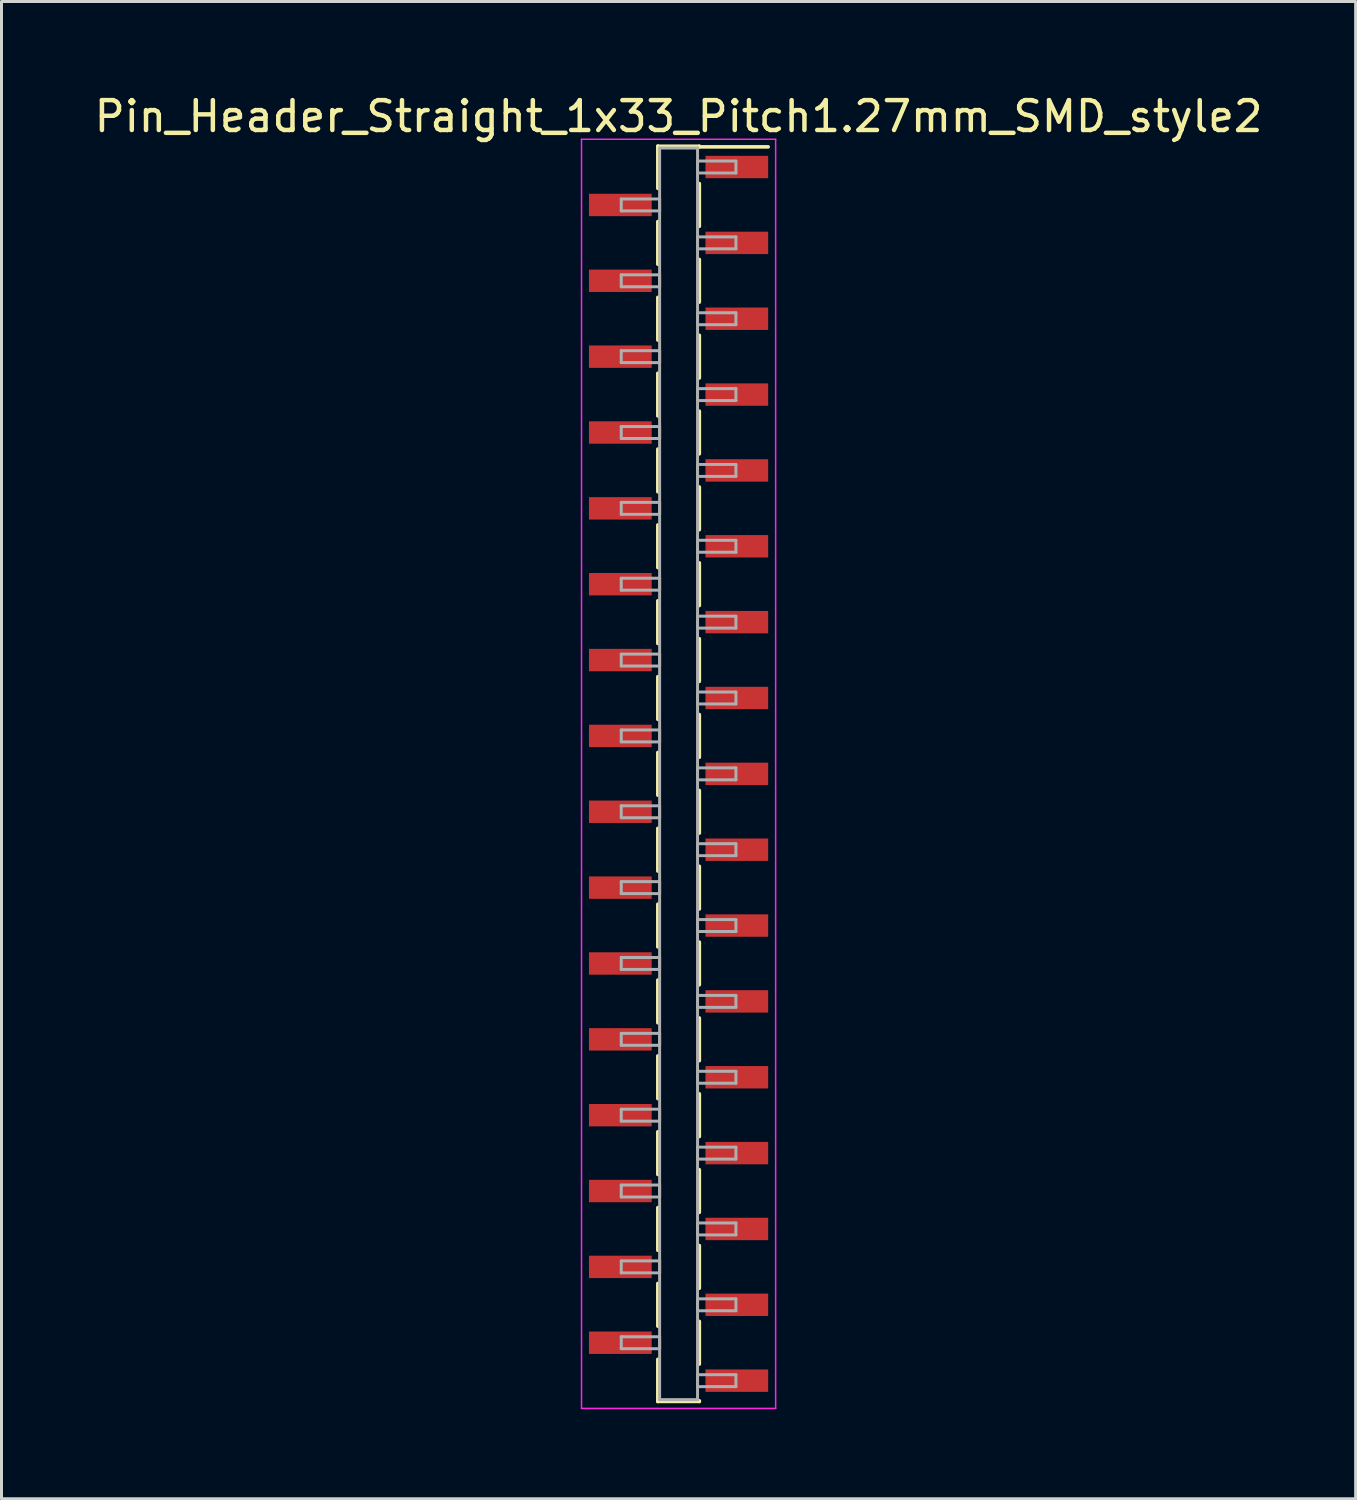
<source format=kicad_pcb>
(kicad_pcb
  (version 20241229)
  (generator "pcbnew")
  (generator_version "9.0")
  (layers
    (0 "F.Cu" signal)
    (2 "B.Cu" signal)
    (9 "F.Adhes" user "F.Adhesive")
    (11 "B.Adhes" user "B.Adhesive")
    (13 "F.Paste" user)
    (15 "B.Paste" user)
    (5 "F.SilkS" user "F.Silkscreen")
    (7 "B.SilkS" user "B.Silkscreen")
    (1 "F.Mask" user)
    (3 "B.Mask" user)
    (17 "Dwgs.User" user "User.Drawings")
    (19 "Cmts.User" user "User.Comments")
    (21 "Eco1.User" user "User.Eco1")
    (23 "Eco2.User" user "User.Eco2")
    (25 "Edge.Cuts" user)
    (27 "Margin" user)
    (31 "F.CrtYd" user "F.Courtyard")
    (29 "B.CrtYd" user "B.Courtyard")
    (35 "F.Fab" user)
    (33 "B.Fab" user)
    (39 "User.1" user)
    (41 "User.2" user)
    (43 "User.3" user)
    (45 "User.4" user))
  (footprint "Pin_Header_Straight_1x33_Pitch1.27mm_SMD_style2"
    (layer "F.Cu")
    (at 19.673 22.863)
    (property "Reference" "Pin_Header_Straight_1x33_Pitch1.27mm_SMD_style2" (at 0 -22.015 0) (layer "F.SilkS") (effects (font (size 1 1) (thickness 0.15))))
    (attr smd)
    (fp_line (start -0.695 -21.015) (end -0.695 -19.605) (stroke (width 0.12) (type solid)) (layer "F.SilkS"))
    (fp_line (start -0.695 -21.015) (end 0.695 -21.015) (stroke (width 0.12) (type solid)) (layer "F.SilkS"))
    (fp_line (start -0.695 -20.995) (end -0.695 -21.015) (stroke (width 0.12) (type solid)) (layer "F.SilkS"))
    (fp_line (start -0.695 -18.495) (end -0.695 -17.065) (stroke (width 0.12) (type solid)) (layer "F.SilkS"))
    (fp_line (start -0.695 -15.955) (end -0.695 -14.525) (stroke (width 0.12) (type solid)) (layer "F.SilkS"))
    (fp_line (start -0.695 -13.415) (end -0.695 -11.985) (stroke (width 0.12) (type solid)) (layer "F.SilkS"))
    (fp_line (start -0.695 -10.875) (end -0.695 -9.445) (stroke (width 0.12) (type solid)) (layer "F.SilkS"))
    (fp_line (start -0.695 -8.335) (end -0.695 -6.905) (stroke (width 0.12) (type solid)) (layer "F.SilkS"))
    (fp_line (start -0.695 -5.795) (end -0.695 -4.365) (stroke (width 0.12) (type solid)) (layer "F.SilkS"))
    (fp_line (start -0.695 -3.255) (end -0.695 -1.825) (stroke (width 0.12) (type solid)) (layer "F.SilkS"))
    (fp_line (start -0.695 -0.715) (end -0.695 0.715) (stroke (width 0.12) (type solid)) (layer "F.SilkS"))
    (fp_line (start -0.695 1.825) (end -0.695 3.255) (stroke (width 0.12) (type solid)) (layer "F.SilkS"))
    (fp_line (start -0.695 4.365) (end -0.695 5.795) (stroke (width 0.12) (type solid)) (layer "F.SilkS"))
    (fp_line (start -0.695 6.905) (end -0.695 8.335) (stroke (width 0.12) (type solid)) (layer "F.SilkS"))
    (fp_line (start -0.695 9.445) (end -0.695 10.875) (stroke (width 0.12) (type solid)) (layer "F.SilkS"))
    (fp_line (start -0.695 11.985) (end -0.695 13.415) (stroke (width 0.12) (type solid)) (layer "F.SilkS"))
    (fp_line (start -0.695 14.525) (end -0.695 15.955) (stroke (width 0.12) (type solid)) (layer "F.SilkS"))
    (fp_line (start -0.695 17.065) (end -0.695 18.495) (stroke (width 0.12) (type solid)) (layer "F.SilkS"))
    (fp_line (start -0.695 19.605) (end -0.695 21.015) (stroke (width 0.12) (type solid)) (layer "F.SilkS"))
    (fp_line (start -0.695 20.995) (end -0.695 21.015) (stroke (width 0.12) (type solid)) (layer "F.SilkS"))
    (fp_line (start -0.695 21.015) (end 0.695 21.015) (stroke (width 0.12) (type solid)) (layer "F.SilkS"))
    (fp_line (start 0.695 -21.015) (end 0.695 -20.995) (stroke (width 0.12) (type solid)) (layer "F.SilkS"))
    (fp_line (start 0.695 -20.995) (end 3 -20.995) (stroke (width 0.12) (type solid)) (layer "F.SilkS"))
    (fp_line (start 0.695 -19.765) (end 0.695 -18.335) (stroke (width 0.12) (type solid)) (layer "F.SilkS"))
    (fp_line (start 0.695 -17.225) (end 0.695 -15.795) (stroke (width 0.12) (type solid)) (layer "F.SilkS"))
    (fp_line (start 0.695 -14.685) (end 0.695 -13.255) (stroke (width 0.12) (type solid)) (layer "F.SilkS"))
    (fp_line (start 0.695 -12.145) (end 0.695 -10.715) (stroke (width 0.12) (type solid)) (layer "F.SilkS"))
    (fp_line (start 0.695 -9.605) (end 0.695 -8.175) (stroke (width 0.12) (type solid)) (layer "F.SilkS"))
    (fp_line (start 0.695 -7.065) (end 0.695 -5.635) (stroke (width 0.12) (type solid)) (layer "F.SilkS"))
    (fp_line (start 0.695 -4.525) (end 0.695 -3.095) (stroke (width 0.12) (type solid)) (layer "F.SilkS"))
    (fp_line (start 0.695 -1.985) (end 0.695 -0.555) (stroke (width 0.12) (type solid)) (layer "F.SilkS"))
    (fp_line (start 0.695 0.555) (end 0.695 1.985) (stroke (width 0.12) (type solid)) (layer "F.SilkS"))
    (fp_line (start 0.695 3.095) (end 0.695 4.525) (stroke (width 0.12) (type solid)) (layer "F.SilkS"))
    (fp_line (start 0.695 5.635) (end 0.695 7.065) (stroke (width 0.12) (type solid)) (layer "F.SilkS"))
    (fp_line (start 0.695 8.175) (end 0.695 9.605) (stroke (width 0.12) (type solid)) (layer "F.SilkS"))
    (fp_line (start 0.695 10.715) (end 0.695 12.145) (stroke (width 0.12) (type solid)) (layer "F.SilkS"))
    (fp_line (start 0.695 13.255) (end 0.695 14.685) (stroke (width 0.12) (type solid)) (layer "F.SilkS"))
    (fp_line (start 0.695 15.795) (end 0.695 17.225) (stroke (width 0.12) (type solid)) (layer "F.SilkS"))
    (fp_line (start 0.695 18.335) (end 0.695 19.765) (stroke (width 0.12) (type solid)) (layer "F.SilkS"))
    (fp_line (start 0.695 21.015) (end 0.695 20.995) (stroke (width 0.12) (type solid)) (layer "F.SilkS"))
    (fp_line (start -3.25 -21.25) (end -3.25 21.25) (stroke (width 0.05) (type solid)) (layer "F.CrtYd"))
    (fp_line (start -3.25 21.25) (end 3.25 21.25) (stroke (width 0.05) (type solid)) (layer "F.CrtYd"))
    (fp_line (start 3.25 -21.25) (end -3.25 -21.25) (stroke (width 0.05) (type solid)) (layer "F.CrtYd"))
    (fp_line (start 3.25 21.25) (end 3.25 -21.25) (stroke (width 0.05) (type solid)) (layer "F.CrtYd"))
    (fp_line (start -1.92 -19.25) (end -0.635 -19.25) (stroke (width 0.1) (type solid)) (layer "F.Fab"))
    (fp_line (start -1.92 -18.85) (end -1.92 -19.25) (stroke (width 0.1) (type solid)) (layer "F.Fab"))
    (fp_line (start -1.92 -16.71) (end -0.635 -16.71) (stroke (width 0.1) (type solid)) (layer "F.Fab"))
    (fp_line (start -1.92 -16.31) (end -1.92 -16.71) (stroke (width 0.1) (type solid)) (layer "F.Fab"))
    (fp_line (start -1.92 -14.17) (end -0.635 -14.17) (stroke (width 0.1) (type solid)) (layer "F.Fab"))
    (fp_line (start -1.92 -13.77) (end -1.92 -14.17) (stroke (width 0.1) (type solid)) (layer "F.Fab"))
    (fp_line (start -1.92 -11.63) (end -0.635 -11.63) (stroke (width 0.1) (type solid)) (layer "F.Fab"))
    (fp_line (start -1.92 -11.23) (end -1.92 -11.63) (stroke (width 0.1) (type solid)) (layer "F.Fab"))
    (fp_line (start -1.92 -9.09) (end -0.635 -9.09) (stroke (width 0.1) (type solid)) (layer "F.Fab"))
    (fp_line (start -1.92 -8.69) (end -1.92 -9.09) (stroke (width 0.1) (type solid)) (layer "F.Fab"))
    (fp_line (start -1.92 -6.55) (end -0.635 -6.55) (stroke (width 0.1) (type solid)) (layer "F.Fab"))
    (fp_line (start -1.92 -6.15) (end -1.92 -6.55) (stroke (width 0.1) (type solid)) (layer "F.Fab"))
    (fp_line (start -1.92 -4.01) (end -0.635 -4.01) (stroke (width 0.1) (type solid)) (layer "F.Fab"))
    (fp_line (start -1.92 -3.61) (end -1.92 -4.01) (stroke (width 0.1) (type solid)) (layer "F.Fab"))
    (fp_line (start -1.92 -1.47) (end -0.635 -1.47) (stroke (width 0.1) (type solid)) (layer "F.Fab"))
    (fp_line (start -1.92 -1.07) (end -1.92 -1.47) (stroke (width 0.1) (type solid)) (layer "F.Fab"))
    (fp_line (start -1.92 1.07) (end -0.635 1.07) (stroke (width 0.1) (type solid)) (layer "F.Fab"))
    (fp_line (start -1.92 1.47) (end -1.92 1.07) (stroke (width 0.1) (type solid)) (layer "F.Fab"))
    (fp_line (start -1.92 3.61) (end -0.635 3.61) (stroke (width 0.1) (type solid)) (layer "F.Fab"))
    (fp_line (start -1.92 4.01) (end -1.92 3.61) (stroke (width 0.1) (type solid)) (layer "F.Fab"))
    (fp_line (start -1.92 6.15) (end -0.635 6.15) (stroke (width 0.1) (type solid)) (layer "F.Fab"))
    (fp_line (start -1.92 6.55) (end -1.92 6.15) (stroke (width 0.1) (type solid)) (layer "F.Fab"))
    (fp_line (start -1.92 8.69) (end -0.635 8.69) (stroke (width 0.1) (type solid)) (layer "F.Fab"))
    (fp_line (start -1.92 9.09) (end -1.92 8.69) (stroke (width 0.1) (type solid)) (layer "F.Fab"))
    (fp_line (start -1.92 11.23) (end -0.635 11.23) (stroke (width 0.1) (type solid)) (layer "F.Fab"))
    (fp_line (start -1.92 11.63) (end -1.92 11.23) (stroke (width 0.1) (type solid)) (layer "F.Fab"))
    (fp_line (start -1.92 13.77) (end -0.635 13.77) (stroke (width 0.1) (type solid)) (layer "F.Fab"))
    (fp_line (start -1.92 14.17) (end -1.92 13.77) (stroke (width 0.1) (type solid)) (layer "F.Fab"))
    (fp_line (start -1.92 16.31) (end -0.635 16.31) (stroke (width 0.1) (type solid)) (layer "F.Fab"))
    (fp_line (start -1.92 16.71) (end -1.92 16.31) (stroke (width 0.1) (type solid)) (layer "F.Fab"))
    (fp_line (start -1.92 18.85) (end -0.635 18.85) (stroke (width 0.1) (type solid)) (layer "F.Fab"))
    (fp_line (start -1.92 19.25) (end -1.92 18.85) (stroke (width 0.1) (type solid)) (layer "F.Fab"))
    (fp_line (start -0.635 -20.955) (end -0.635 20.955) (stroke (width 0.1) (type solid)) (layer "F.Fab"))
    (fp_line (start -0.635 -19.25) (end -0.635 -18.85) (stroke (width 0.1) (type solid)) (layer "F.Fab"))
    (fp_line (start -0.635 -18.85) (end -1.92 -18.85) (stroke (width 0.1) (type solid)) (layer "F.Fab"))
    (fp_line (start -0.635 -16.71) (end -0.635 -16.31) (stroke (width 0.1) (type solid)) (layer "F.Fab"))
    (fp_line (start -0.635 -16.31) (end -1.92 -16.31) (stroke (width 0.1) (type solid)) (layer "F.Fab"))
    (fp_line (start -0.635 -14.17) (end -0.635 -13.77) (stroke (width 0.1) (type solid)) (layer "F.Fab"))
    (fp_line (start -0.635 -13.77) (end -1.92 -13.77) (stroke (width 0.1) (type solid)) (layer "F.Fab"))
    (fp_line (start -0.635 -11.63) (end -0.635 -11.23) (stroke (width 0.1) (type solid)) (layer "F.Fab"))
    (fp_line (start -0.635 -11.23) (end -1.92 -11.23) (stroke (width 0.1) (type solid)) (layer "F.Fab"))
    (fp_line (start -0.635 -9.09) (end -0.635 -8.69) (stroke (width 0.1) (type solid)) (layer "F.Fab"))
    (fp_line (start -0.635 -8.69) (end -1.92 -8.69) (stroke (width 0.1) (type solid)) (layer "F.Fab"))
    (fp_line (start -0.635 -6.55) (end -0.635 -6.15) (stroke (width 0.1) (type solid)) (layer "F.Fab"))
    (fp_line (start -0.635 -6.15) (end -1.92 -6.15) (stroke (width 0.1) (type solid)) (layer "F.Fab"))
    (fp_line (start -0.635 -4.01) (end -0.635 -3.61) (stroke (width 0.1) (type solid)) (layer "F.Fab"))
    (fp_line (start -0.635 -3.61) (end -1.92 -3.61) (stroke (width 0.1) (type solid)) (layer "F.Fab"))
    (fp_line (start -0.635 -1.47) (end -0.635 -1.07) (stroke (width 0.1) (type solid)) (layer "F.Fab"))
    (fp_line (start -0.635 -1.07) (end -1.92 -1.07) (stroke (width 0.1) (type solid)) (layer "F.Fab"))
    (fp_line (start -0.635 1.07) (end -0.635 1.47) (stroke (width 0.1) (type solid)) (layer "F.Fab"))
    (fp_line (start -0.635 1.47) (end -1.92 1.47) (stroke (width 0.1) (type solid)) (layer "F.Fab"))
    (fp_line (start -0.635 3.61) (end -0.635 4.01) (stroke (width 0.1) (type solid)) (layer "F.Fab"))
    (fp_line (start -0.635 4.01) (end -1.92 4.01) (stroke (width 0.1) (type solid)) (layer "F.Fab"))
    (fp_line (start -0.635 6.15) (end -0.635 6.55) (stroke (width 0.1) (type solid)) (layer "F.Fab"))
    (fp_line (start -0.635 6.55) (end -1.92 6.55) (stroke (width 0.1) (type solid)) (layer "F.Fab"))
    (fp_line (start -0.635 8.69) (end -0.635 9.09) (stroke (width 0.1) (type solid)) (layer "F.Fab"))
    (fp_line (start -0.635 9.09) (end -1.92 9.09) (stroke (width 0.1) (type solid)) (layer "F.Fab"))
    (fp_line (start -0.635 11.23) (end -0.635 11.63) (stroke (width 0.1) (type solid)) (layer "F.Fab"))
    (fp_line (start -0.635 11.63) (end -1.92 11.63) (stroke (width 0.1) (type solid)) (layer "F.Fab"))
    (fp_line (start -0.635 13.77) (end -0.635 14.17) (stroke (width 0.1) (type solid)) (layer "F.Fab"))
    (fp_line (start -0.635 14.17) (end -1.92 14.17) (stroke (width 0.1) (type solid)) (layer "F.Fab"))
    (fp_line (start -0.635 16.31) (end -0.635 16.71) (stroke (width 0.1) (type solid)) (layer "F.Fab"))
    (fp_line (start -0.635 16.71) (end -1.92 16.71) (stroke (width 0.1) (type solid)) (layer "F.Fab"))
    (fp_line (start -0.635 18.85) (end -0.635 19.25) (stroke (width 0.1) (type solid)) (layer "F.Fab"))
    (fp_line (start -0.635 19.25) (end -1.92 19.25) (stroke (width 0.1) (type solid)) (layer "F.Fab"))
    (fp_line (start -0.635 20.955) (end 0.635 20.955) (stroke (width 0.1) (type solid)) (layer "F.Fab"))
    (fp_line (start 0.635 -20.955) (end -0.635 -20.955) (stroke (width 0.1) (type solid)) (layer "F.Fab"))
    (fp_line (start 0.635 -20.52) (end 0.635 -20.12) (stroke (width 0.1) (type solid)) (layer "F.Fab"))
    (fp_line (start 0.635 -20.12) (end 1.92 -20.12) (stroke (width 0.1) (type solid)) (layer "F.Fab"))
    (fp_line (start 0.635 -17.98) (end 0.635 -17.58) (stroke (width 0.1) (type solid)) (layer "F.Fab"))
    (fp_line (start 0.635 -17.58) (end 1.92 -17.58) (stroke (width 0.1) (type solid)) (layer "F.Fab"))
    (fp_line (start 0.635 -15.44) (end 0.635 -15.04) (stroke (width 0.1) (type solid)) (layer "F.Fab"))
    (fp_line (start 0.635 -15.04) (end 1.92 -15.04) (stroke (width 0.1) (type solid)) (layer "F.Fab"))
    (fp_line (start 0.635 -12.9) (end 0.635 -12.5) (stroke (width 0.1) (type solid)) (layer "F.Fab"))
    (fp_line (start 0.635 -12.5) (end 1.92 -12.5) (stroke (width 0.1) (type solid)) (layer "F.Fab"))
    (fp_line (start 0.635 -10.36) (end 0.635 -9.96) (stroke (width 0.1) (type solid)) (layer "F.Fab"))
    (fp_line (start 0.635 -9.96) (end 1.92 -9.96) (stroke (width 0.1) (type solid)) (layer "F.Fab"))
    (fp_line (start 0.635 -7.82) (end 0.635 -7.42) (stroke (width 0.1) (type solid)) (layer "F.Fab"))
    (fp_line (start 0.635 -7.42) (end 1.92 -7.42) (stroke (width 0.1) (type solid)) (layer "F.Fab"))
    (fp_line (start 0.635 -5.28) (end 0.635 -4.88) (stroke (width 0.1) (type solid)) (layer "F.Fab"))
    (fp_line (start 0.635 -4.88) (end 1.92 -4.88) (stroke (width 0.1) (type solid)) (layer "F.Fab"))
    (fp_line (start 0.635 -2.74) (end 0.635 -2.34) (stroke (width 0.1) (type solid)) (layer "F.Fab"))
    (fp_line (start 0.635 -2.34) (end 1.92 -2.34) (stroke (width 0.1) (type solid)) (layer "F.Fab"))
    (fp_line (start 0.635 -0.2) (end 0.635 0.2) (stroke (width 0.1) (type solid)) (layer "F.Fab"))
    (fp_line (start 0.635 0.2) (end 1.92 0.2) (stroke (width 0.1) (type solid)) (layer "F.Fab"))
    (fp_line (start 0.635 2.34) (end 0.635 2.74) (stroke (width 0.1) (type solid)) (layer "F.Fab"))
    (fp_line (start 0.635 2.74) (end 1.92 2.74) (stroke (width 0.1) (type solid)) (layer "F.Fab"))
    (fp_line (start 0.635 4.88) (end 0.635 5.28) (stroke (width 0.1) (type solid)) (layer "F.Fab"))
    (fp_line (start 0.635 5.28) (end 1.92 5.28) (stroke (width 0.1) (type solid)) (layer "F.Fab"))
    (fp_line (start 0.635 7.42) (end 0.635 7.82) (stroke (width 0.1) (type solid)) (layer "F.Fab"))
    (fp_line (start 0.635 7.82) (end 1.92 7.82) (stroke (width 0.1) (type solid)) (layer "F.Fab"))
    (fp_line (start 0.635 9.96) (end 0.635 10.36) (stroke (width 0.1) (type solid)) (layer "F.Fab"))
    (fp_line (start 0.635 10.36) (end 1.92 10.36) (stroke (width 0.1) (type solid)) (layer "F.Fab"))
    (fp_line (start 0.635 12.5) (end 0.635 12.9) (stroke (width 0.1) (type solid)) (layer "F.Fab"))
    (fp_line (start 0.635 12.9) (end 1.92 12.9) (stroke (width 0.1) (type solid)) (layer "F.Fab"))
    (fp_line (start 0.635 15.04) (end 0.635 15.44) (stroke (width 0.1) (type solid)) (layer "F.Fab"))
    (fp_line (start 0.635 15.44) (end 1.92 15.44) (stroke (width 0.1) (type solid)) (layer "F.Fab"))
    (fp_line (start 0.635 17.58) (end 0.635 17.98) (stroke (width 0.1) (type solid)) (layer "F.Fab"))
    (fp_line (start 0.635 17.98) (end 1.92 17.98) (stroke (width 0.1) (type solid)) (layer "F.Fab"))
    (fp_line (start 0.635 20.12) (end 0.635 20.52) (stroke (width 0.1) (type solid)) (layer "F.Fab"))
    (fp_line (start 0.635 20.52) (end 1.92 20.52) (stroke (width 0.1) (type solid)) (layer "F.Fab"))
    (fp_line (start 0.635 20.955) (end 0.635 -20.955) (stroke (width 0.1) (type solid)) (layer "F.Fab"))
    (fp_line (start 1.92 -20.52) (end 0.635 -20.52) (stroke (width 0.1) (type solid)) (layer "F.Fab"))
    (fp_line (start 1.92 -20.12) (end 1.92 -20.52) (stroke (width 0.1) (type solid)) (layer "F.Fab"))
    (fp_line (start 1.92 -17.98) (end 0.635 -17.98) (stroke (width 0.1) (type solid)) (layer "F.Fab"))
    (fp_line (start 1.92 -17.58) (end 1.92 -17.98) (stroke (width 0.1) (type solid)) (layer "F.Fab"))
    (fp_line (start 1.92 -15.44) (end 0.635 -15.44) (stroke (width 0.1) (type solid)) (layer "F.Fab"))
    (fp_line (start 1.92 -15.04) (end 1.92 -15.44) (stroke (width 0.1) (type solid)) (layer "F.Fab"))
    (fp_line (start 1.92 -12.9) (end 0.635 -12.9) (stroke (width 0.1) (type solid)) (layer "F.Fab"))
    (fp_line (start 1.92 -12.5) (end 1.92 -12.9) (stroke (width 0.1) (type solid)) (layer "F.Fab"))
    (fp_line (start 1.92 -10.36) (end 0.635 -10.36) (stroke (width 0.1) (type solid)) (layer "F.Fab"))
    (fp_line (start 1.92 -9.96) (end 1.92 -10.36) (stroke (width 0.1) (type solid)) (layer "F.Fab"))
    (fp_line (start 1.92 -7.82) (end 0.635 -7.82) (stroke (width 0.1) (type solid)) (layer "F.Fab"))
    (fp_line (start 1.92 -7.42) (end 1.92 -7.82) (stroke (width 0.1) (type solid)) (layer "F.Fab"))
    (fp_line (start 1.92 -5.28) (end 0.635 -5.28) (stroke (width 0.1) (type solid)) (layer "F.Fab"))
    (fp_line (start 1.92 -4.88) (end 1.92 -5.28) (stroke (width 0.1) (type solid)) (layer "F.Fab"))
    (fp_line (start 1.92 -2.74) (end 0.635 -2.74) (stroke (width 0.1) (type solid)) (layer "F.Fab"))
    (fp_line (start 1.92 -2.34) (end 1.92 -2.74) (stroke (width 0.1) (type solid)) (layer "F.Fab"))
    (fp_line (start 1.92 -0.2) (end 0.635 -0.2) (stroke (width 0.1) (type solid)) (layer "F.Fab"))
    (fp_line (start 1.92 0.2) (end 1.92 -0.2) (stroke (width 0.1) (type solid)) (layer "F.Fab"))
    (fp_line (start 1.92 2.34) (end 0.635 2.34) (stroke (width 0.1) (type solid)) (layer "F.Fab"))
    (fp_line (start 1.92 2.74) (end 1.92 2.34) (stroke (width 0.1) (type solid)) (layer "F.Fab"))
    (fp_line (start 1.92 4.88) (end 0.635 4.88) (stroke (width 0.1) (type solid)) (layer "F.Fab"))
    (fp_line (start 1.92 5.28) (end 1.92 4.88) (stroke (width 0.1) (type solid)) (layer "F.Fab"))
    (fp_line (start 1.92 7.42) (end 0.635 7.42) (stroke (width 0.1) (type solid)) (layer "F.Fab"))
    (fp_line (start 1.92 7.82) (end 1.92 7.42) (stroke (width 0.1) (type solid)) (layer "F.Fab"))
    (fp_line (start 1.92 9.96) (end 0.635 9.96) (stroke (width 0.1) (type solid)) (layer "F.Fab"))
    (fp_line (start 1.92 10.36) (end 1.92 9.96) (stroke (width 0.1) (type solid)) (layer "F.Fab"))
    (fp_line (start 1.92 12.5) (end 0.635 12.5) (stroke (width 0.1) (type solid)) (layer "F.Fab"))
    (fp_line (start 1.92 12.9) (end 1.92 12.5) (stroke (width 0.1) (type solid)) (layer "F.Fab"))
    (fp_line (start 1.92 15.04) (end 0.635 15.04) (stroke (width 0.1) (type solid)) (layer "F.Fab"))
    (fp_line (start 1.92 15.44) (end 1.92 15.04) (stroke (width 0.1) (type solid)) (layer "F.Fab"))
    (fp_line (start 1.92 17.58) (end 0.635 17.58) (stroke (width 0.1) (type solid)) (layer "F.Fab"))
    (fp_line (start 1.92 17.98) (end 1.92 17.58) (stroke (width 0.1) (type solid)) (layer "F.Fab"))
    (fp_line (start 1.92 20.12) (end 0.635 20.12) (stroke (width 0.1) (type solid)) (layer "F.Fab"))
    (fp_line (start 1.92 20.52) (end 1.92 20.12) (stroke (width 0.1) (type solid)) (layer "F.Fab"))
    (pad "1" smd rect (at 1.95 -20.32) (size 2.1 0.75) (layers "F.Cu" "F.Mask"))
    (pad "2" smd rect (at -1.95 -19.05) (size 2.1 0.75) (layers "F.Cu" "F.Mask"))
    (pad "3" smd rect (at 1.95 -17.78) (size 2.1 0.75) (layers "F.Cu" "F.Mask"))
    (pad "4" smd rect (at -1.95 -16.51) (size 2.1 0.75) (layers "F.Cu" "F.Mask"))
    (pad "5" smd rect (at 1.95 -15.24) (size 2.1 0.75) (layers "F.Cu" "F.Mask"))
    (pad "6" smd rect (at -1.95 -13.97) (size 2.1 0.75) (layers "F.Cu" "F.Mask"))
    (pad "7" smd rect (at 1.95 -12.7) (size 2.1 0.75) (layers "F.Cu" "F.Mask"))
    (pad "8" smd rect (at -1.95 -11.43) (size 2.1 0.75) (layers "F.Cu" "F.Mask"))
    (pad "9" smd rect (at 1.95 -10.16) (size 2.1 0.75) (layers "F.Cu" "F.Mask"))
    (pad "10" smd rect (at -1.95 -8.89) (size 2.1 0.75) (layers "F.Cu" "F.Mask"))
    (pad "11" smd rect (at 1.95 -7.62) (size 2.1 0.75) (layers "F.Cu" "F.Mask"))
    (pad "12" smd rect (at -1.95 -6.35) (size 2.1 0.75) (layers "F.Cu" "F.Mask"))
    (pad "13" smd rect (at 1.95 -5.08) (size 2.1 0.75) (layers "F.Cu" "F.Mask"))
    (pad "14" smd rect (at -1.95 -3.81) (size 2.1 0.75) (layers "F.Cu" "F.Mask"))
    (pad "15" smd rect (at 1.95 -2.54) (size 2.1 0.75) (layers "F.Cu" "F.Mask"))
    (pad "16" smd rect (at -1.95 -1.27) (size 2.1 0.75) (layers "F.Cu" "F.Mask"))
    (pad "17" smd rect (at 1.95 0) (size 2.1 0.75) (layers "F.Cu" "F.Mask"))
    (pad "18" smd rect (at -1.95 1.27) (size 2.1 0.75) (layers "F.Cu" "F.Mask"))
    (pad "19" smd rect (at 1.95 2.54) (size 2.1 0.75) (layers "F.Cu" "F.Mask"))
    (pad "20" smd rect (at -1.95 3.81) (size 2.1 0.75) (layers "F.Cu" "F.Mask"))
    (pad "21" smd rect (at 1.95 5.08) (size 2.1 0.75) (layers "F.Cu" "F.Mask"))
    (pad "22" smd rect (at -1.95 6.35) (size 2.1 0.75) (layers "F.Cu" "F.Mask"))
    (pad "23" smd rect (at 1.95 7.62) (size 2.1 0.75) (layers "F.Cu" "F.Mask"))
    (pad "24" smd rect (at -1.95 8.89) (size 2.1 0.75) (layers "F.Cu" "F.Mask"))
    (pad "25" smd rect (at 1.95 10.16) (size 2.1 0.75) (layers "F.Cu" "F.Mask"))
    (pad "26" smd rect (at -1.95 11.43) (size 2.1 0.75) (layers "F.Cu" "F.Mask"))
    (pad "27" smd rect (at 1.95 12.7) (size 2.1 0.75) (layers "F.Cu" "F.Mask"))
    (pad "28" smd rect (at -1.95 13.97) (size 2.1 0.75) (layers "F.Cu" "F.Mask"))
    (pad "29" smd rect (at 1.95 15.24) (size 2.1 0.75) (layers "F.Cu" "F.Mask"))
    (pad "30" smd rect (at -1.95 16.51) (size 2.1 0.75) (layers "F.Cu" "F.Mask"))
    (pad "31" smd rect (at 1.95 17.78) (size 2.1 0.75) (layers "F.Cu" "F.Mask"))
    (pad "32" smd rect (at -1.95 19.05) (size 2.1 0.75) (layers "F.Cu" "F.Mask"))
    (pad "33" smd rect (at 1.95 20.32) (size 2.1 0.75) (layers "F.Cu" "F.Mask")))
  (gr_rect
    (start -3 -3)
    (end 42.345 47.138)
    (stroke (width 0.1) (type default))
    (fill no)
    (layer "Edge.Cuts")))
</source>
